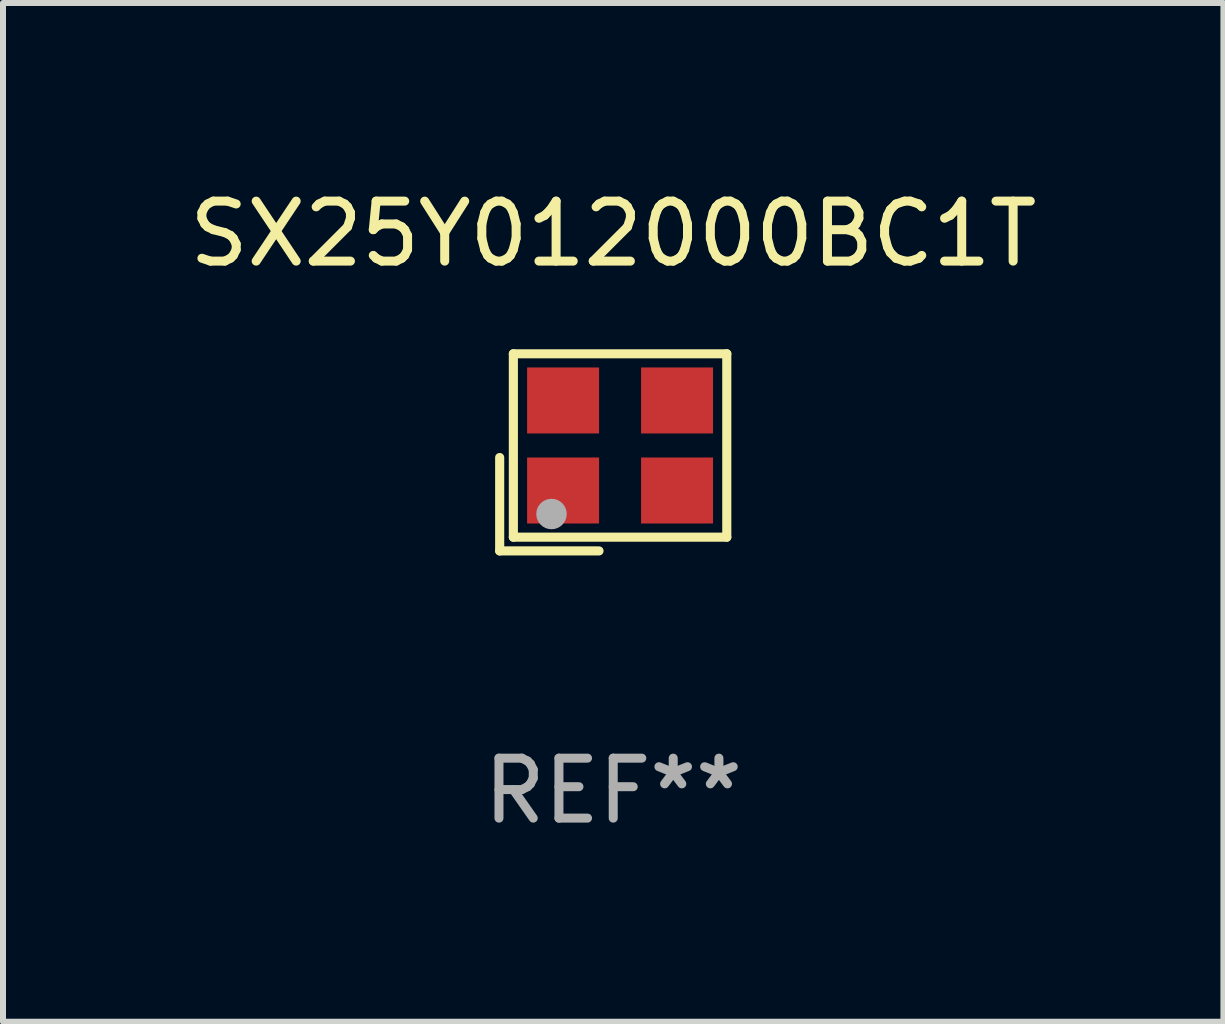
<source format=kicad_pcb>
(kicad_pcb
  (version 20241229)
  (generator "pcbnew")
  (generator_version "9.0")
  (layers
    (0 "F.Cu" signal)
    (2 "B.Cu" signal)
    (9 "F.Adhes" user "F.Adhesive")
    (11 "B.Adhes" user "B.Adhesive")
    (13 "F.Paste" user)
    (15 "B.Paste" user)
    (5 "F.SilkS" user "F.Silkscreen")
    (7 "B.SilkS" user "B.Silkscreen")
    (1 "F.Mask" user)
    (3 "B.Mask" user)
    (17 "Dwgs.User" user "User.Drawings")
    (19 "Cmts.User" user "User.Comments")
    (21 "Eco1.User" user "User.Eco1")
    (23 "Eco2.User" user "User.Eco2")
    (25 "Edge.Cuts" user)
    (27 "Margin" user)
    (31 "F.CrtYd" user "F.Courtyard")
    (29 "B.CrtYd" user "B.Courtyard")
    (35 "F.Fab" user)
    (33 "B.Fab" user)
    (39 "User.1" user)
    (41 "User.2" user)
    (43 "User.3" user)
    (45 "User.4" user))
  (footprint "SX25Y012000BC1T"
    (layer "F.Cu")
    (at 7.173 4.491)
    (property "Reference" "SX25Y012000BC1T" (at 0 -3.643 0) (layer "F.SilkS") (effects (font (size 1 1) (thickness 0.15))))
    (attr through_hole)
    (fp_line (start -1.893 0.086) (end -1.893 1.643) (stroke (width 0.152) (type solid)) (layer "F.SilkS"))
    (fp_line (start -1.893 1.643) (end -0.237 1.643) (stroke (width 0.152) (type solid)) (layer "F.SilkS"))
    (fp_line (start -1.665 -1.643) (end 1.893 -1.643) (stroke (width 0.152) (type solid)) (layer "F.SilkS"))
    (fp_line (start -1.665 1.414) (end -1.665 -1.643) (stroke (width 0.152) (type solid)) (layer "F.SilkS"))
    (fp_line (start 1.893 -1.643) (end 1.893 1.414) (stroke (width 0.152) (type solid)) (layer "F.SilkS"))
    (fp_line (start 1.893 1.414) (end -1.665 1.414) (stroke (width 0.152) (type solid)) (layer "F.SilkS"))
    (fp_circle (center -1.136 0.885) (end -1.106 0.885) (stroke (width 0.06) (type solid)) (fill no) (layer "F.SilkS"))
    (fp_circle (center -1.029 1.028) (end -0.902 1.028) (stroke (width 0.254) (type solid)) (fill no) (layer "F.Fab"))
    (fp_text user "REF**" (at 0 5.643 0) (layer "F.Fab") (effects (font (size 1 1) (thickness 0.15))))
    (pad "1" smd rect (at -0.836 0.636) (size 1.2 1.1) (layers "F.Cu" "F.Mask" "F.Paste"))
    (pad "2" smd rect (at 1.064 0.636) (size 1.2 1.1) (layers "F.Cu" "F.Mask" "F.Paste"))
    (pad "3" smd rect (at 1.064 -0.865) (size 1.2 1.1) (layers "F.Cu" "F.Mask" "F.Paste"))
    (pad "4" smd rect (at -0.836 -0.865) (size 1.2 1.1) (layers "F.Cu" "F.Mask" "F.Paste")))
  (gr_rect
    (start -3 -3)
    (end 17.345 13.983)
    (stroke (width 0.1) (type default))
    (fill no)
    (layer "Edge.Cuts")))
</source>
